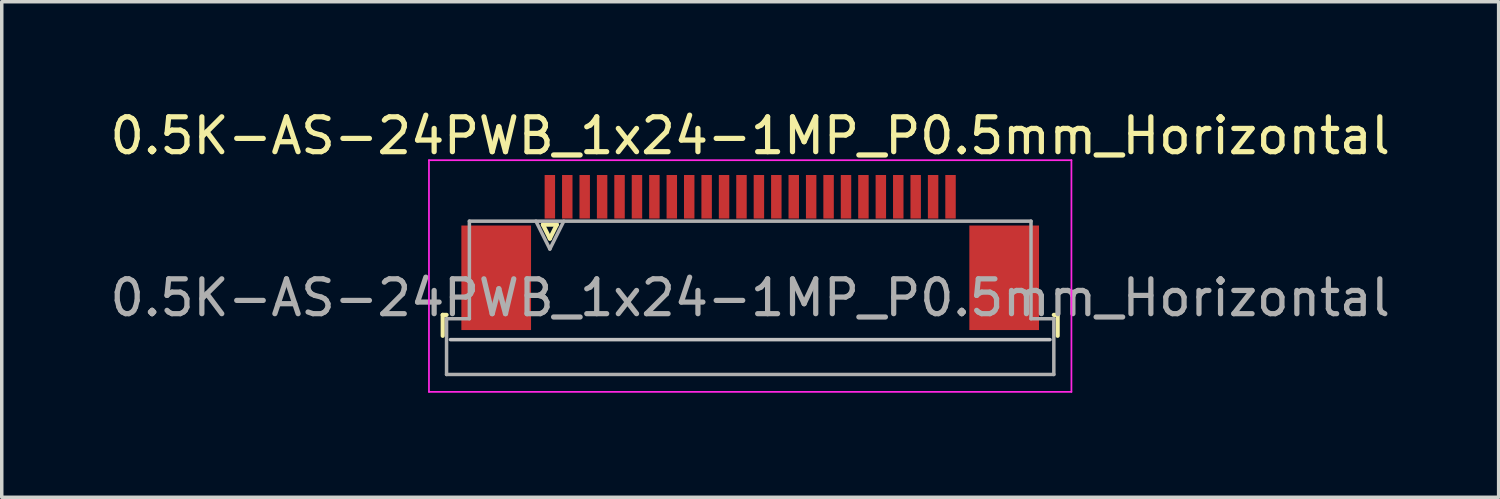
<source format=kicad_pcb>
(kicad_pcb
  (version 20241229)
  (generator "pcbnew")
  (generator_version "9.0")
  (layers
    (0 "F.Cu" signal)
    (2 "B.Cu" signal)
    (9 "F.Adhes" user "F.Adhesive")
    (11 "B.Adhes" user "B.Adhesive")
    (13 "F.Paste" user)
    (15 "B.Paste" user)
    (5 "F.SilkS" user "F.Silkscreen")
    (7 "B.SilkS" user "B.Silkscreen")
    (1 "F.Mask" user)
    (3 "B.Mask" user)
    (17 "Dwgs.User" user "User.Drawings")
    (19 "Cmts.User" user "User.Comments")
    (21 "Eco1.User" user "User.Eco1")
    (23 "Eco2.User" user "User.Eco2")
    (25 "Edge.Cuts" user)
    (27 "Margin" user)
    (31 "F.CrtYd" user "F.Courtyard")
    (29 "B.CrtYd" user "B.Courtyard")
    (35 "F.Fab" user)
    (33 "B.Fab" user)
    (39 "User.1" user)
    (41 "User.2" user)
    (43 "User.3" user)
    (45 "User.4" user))
  (footprint "0.5K-AS-24PWB_1x24-1MP_P0.5mm_Horizontal"
    (layer "F.Cu")
    (at 18.482 3.948)
    (property "Reference" "0.5K-AS-24PWB_1x24-1MP_P0.5mm_Horizontal" (at 0 -3.1 0) (layer "F.SilkS") (effects (font (size 1 1) (thickness 0.15))))
    (attr smd)
    (fp_line (start -8.825 2.04) (end -8.825 2.64) (stroke (width 0.12) (type solid)) (layer "F.SilkS"))
    (fp_line (start -8.715 2.04) (end -8.825 2.04) (stroke (width 0.12) (type solid)) (layer "F.SilkS"))
    (fp_line (start -5.95 -0.55) (end -5.75 -0.15) (stroke (width 0.12) (type solid)) (layer "F.SilkS"))
    (fp_line (start -5.75 -0.15) (end -5.55 -0.55) (stroke (width 0.12) (type solid)) (layer "F.SilkS"))
    (fp_line (start -5.55 -0.55) (end -5.95 -0.55) (stroke (width 0.12) (type solid)) (layer "F.SilkS"))
    (fp_line (start 8.715 2.04) (end 8.825 2.04) (stroke (width 0.12) (type solid)) (layer "F.SilkS"))
    (fp_line (start 8.825 2.04) (end 8.825 2.64) (stroke (width 0.12) (type solid)) (layer "F.SilkS"))
    (fp_line (start 8.605 2.75) (end -8.605 2.75) (stroke (width 0.1) (type solid)) (layer "Dwgs.User"))
    (fp_line (start -9.22 -2.4) (end -9.22 4.25) (stroke (width 0.05) (type solid)) (layer "F.CrtYd"))
    (fp_line (start -9.22 4.25) (end 9.22 4.25) (stroke (width 0.05) (type solid)) (layer "F.CrtYd"))
    (fp_line (start 9.22 -2.4) (end -9.22 -2.4) (stroke (width 0.05) (type solid)) (layer "F.CrtYd"))
    (fp_line (start 9.22 4.25) (end 9.22 -2.4) (stroke (width 0.05) (type solid)) (layer "F.CrtYd"))
    (fp_line (start -8.715 2.15) (end -8.06 2.15) (stroke (width 0.1) (type solid)) (layer "F.Fab"))
    (fp_line (start -8.715 3.75) (end -8.715 2.15) (stroke (width 0.1) (type solid)) (layer "F.Fab"))
    (fp_line (start -8.06 -0.65) (end 8.06 -0.65) (stroke (width 0.1) (type solid)) (layer "F.Fab"))
    (fp_line (start -8.06 2.15) (end -8.06 -0.65) (stroke (width 0.1) (type solid)) (layer "F.Fab"))
    (fp_line (start -6.15 -0.65) (end -5.75 0.15) (stroke (width 0.1) (type solid)) (layer "F.Fab"))
    (fp_line (start -5.75 0.15) (end -5.35 -0.65) (stroke (width 0.1) (type solid)) (layer "F.Fab"))
    (fp_line (start 8.06 -0.65) (end 8.06 2.15) (stroke (width 0.1) (type solid)) (layer "F.Fab"))
    (fp_line (start 8.06 2.15) (end 8.715 2.15) (stroke (width 0.1) (type solid)) (layer "F.Fab"))
    (fp_line (start 8.715 2.15) (end 8.715 3.75) (stroke (width 0.1) (type solid)) (layer "F.Fab"))
    (fp_line (start 8.715 3.75) (end -8.715 3.75) (stroke (width 0.1) (type solid)) (layer "F.Fab"))
    (fp_text user "${REFERENCE}" (at 0 1.55 0) (layer "F.Fab") (effects (font (size 1 1) (thickness 0.15))))
    (pad "1" smd rect (at -5.75 -1.35) (size 0.3 1.25) (layers "F.Cu" "F.Mask" "F.Paste"))
    (pad "2" smd rect (at -5.25 -1.35) (size 0.3 1.25) (layers "F.Cu" "F.Mask" "F.Paste"))
    (pad "3" smd rect (at -4.75 -1.35) (size 0.3 1.25) (layers "F.Cu" "F.Mask" "F.Paste"))
    (pad "4" smd rect (at -4.25 -1.35) (size 0.3 1.25) (layers "F.Cu" "F.Mask" "F.Paste"))
    (pad "5" smd rect (at -3.75 -1.35) (size 0.3 1.25) (layers "F.Cu" "F.Mask" "F.Paste"))
    (pad "6" smd rect (at -3.25 -1.35) (size 0.3 1.25) (layers "F.Cu" "F.Mask" "F.Paste"))
    (pad "7" smd rect (at -2.75 -1.35) (size 0.3 1.25) (layers "F.Cu" "F.Mask" "F.Paste"))
    (pad "8" smd rect (at -2.25 -1.35) (size 0.3 1.25) (layers "F.Cu" "F.Mask" "F.Paste"))
    (pad "9" smd rect (at -1.75 -1.35) (size 0.3 1.25) (layers "F.Cu" "F.Mask" "F.Paste"))
    (pad "10" smd rect (at -1.25 -1.35) (size 0.3 1.25) (layers "F.Cu" "F.Mask" "F.Paste"))
    (pad "11" smd rect (at -0.75 -1.35) (size 0.3 1.25) (layers "F.Cu" "F.Mask" "F.Paste"))
    (pad "12" smd rect (at -0.25 -1.35) (size 0.3 1.25) (layers "F.Cu" "F.Mask" "F.Paste"))
    (pad "13" smd rect (at 0.25 -1.35) (size 0.3 1.25) (layers "F.Cu" "F.Mask" "F.Paste"))
    (pad "14" smd rect (at 0.75 -1.35) (size 0.3 1.25) (layers "F.Cu" "F.Mask" "F.Paste"))
    (pad "15" smd rect (at 1.25 -1.35) (size 0.3 1.25) (layers "F.Cu" "F.Mask" "F.Paste"))
    (pad "16" smd rect (at 1.75 -1.35) (size 0.3 1.25) (layers "F.Cu" "F.Mask" "F.Paste"))
    (pad "17" smd rect (at 2.25 -1.35) (size 0.3 1.25) (layers "F.Cu" "F.Mask" "F.Paste"))
    (pad "18" smd rect (at 2.75 -1.35) (size 0.3 1.25) (layers "F.Cu" "F.Mask" "F.Paste"))
    (pad "19" smd rect (at 3.25 -1.35) (size 0.3 1.25) (layers "F.Cu" "F.Mask" "F.Paste"))
    (pad "20" smd rect (at 3.75 -1.35) (size 0.3 1.25) (layers "F.Cu" "F.Mask" "F.Paste"))
    (pad "21" smd rect (at 4.25 -1.35) (size 0.3 1.25) (layers "F.Cu" "F.Mask" "F.Paste"))
    (pad "22" smd rect (at 4.75 -1.35) (size 0.3 1.25) (layers "F.Cu" "F.Mask" "F.Paste"))
    (pad "23" smd rect (at 5.25 -1.35) (size 0.3 1.25) (layers "F.Cu" "F.Mask" "F.Paste"))
    (pad "24" smd rect (at 5.75 -1.35) (size 0.3 1.25) (layers "F.Cu" "F.Mask" "F.Paste"))
    (pad "MP" smd rect (at -7.29 0.975) (size 2 3) (layers "F.Cu" "F.Mask" "F.Paste"))
    (pad "MP" smd rect (at 7.29 0.975) (size 2 3) (layers "F.Cu" "F.Mask" "F.Paste")))
  (gr_rect
    (start -3 -3)
    (end 39.964 11.223)
    (stroke (width 0.1) (type default))
    (fill no)
    (layer "Edge.Cuts")))
</source>
